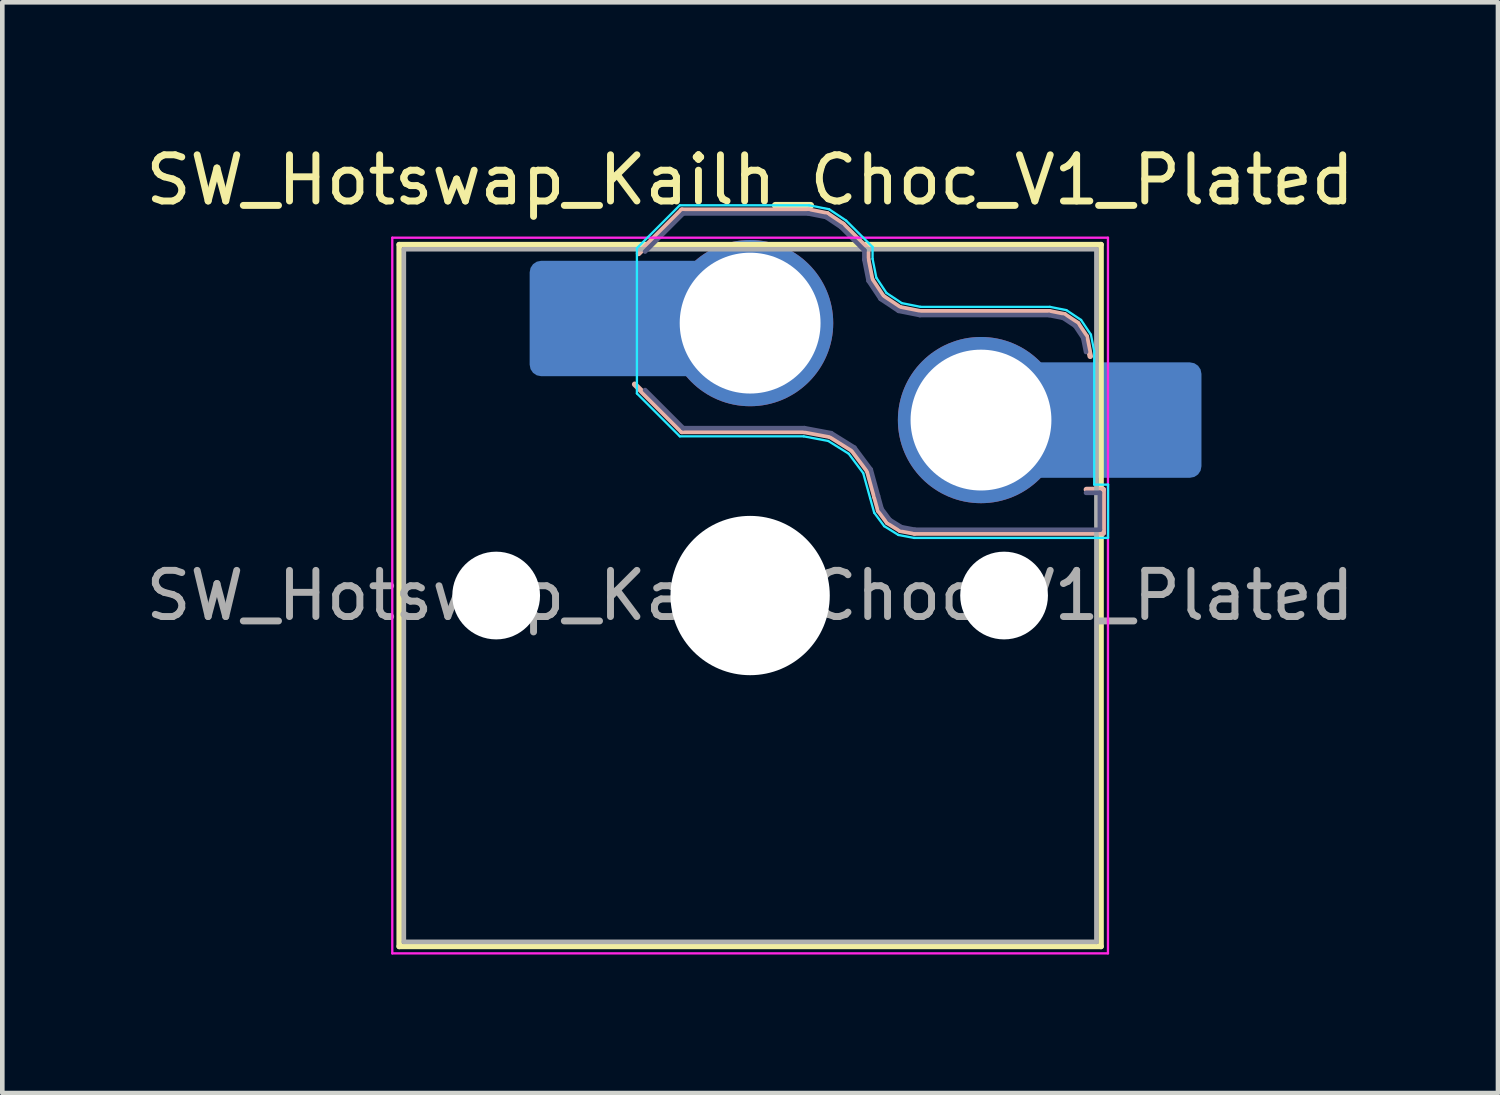
<source format=kicad_pcb>
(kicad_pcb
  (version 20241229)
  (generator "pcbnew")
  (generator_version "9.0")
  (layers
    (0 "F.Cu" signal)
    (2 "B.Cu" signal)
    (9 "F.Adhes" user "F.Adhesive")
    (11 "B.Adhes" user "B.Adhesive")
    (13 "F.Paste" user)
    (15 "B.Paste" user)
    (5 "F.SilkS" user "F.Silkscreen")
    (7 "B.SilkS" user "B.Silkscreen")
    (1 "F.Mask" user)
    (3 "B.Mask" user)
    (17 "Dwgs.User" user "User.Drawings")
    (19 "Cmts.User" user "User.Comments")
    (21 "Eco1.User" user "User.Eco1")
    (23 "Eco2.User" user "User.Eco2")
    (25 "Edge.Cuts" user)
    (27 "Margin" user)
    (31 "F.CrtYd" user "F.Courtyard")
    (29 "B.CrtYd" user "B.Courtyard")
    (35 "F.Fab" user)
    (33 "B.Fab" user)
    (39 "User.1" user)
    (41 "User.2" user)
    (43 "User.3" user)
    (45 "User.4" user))
  (footprint "SW_Hotswap_Kailh_Choc_V1_Plated"
    (layer "F.Cu")
    (at 13.196 9.848)
    (property "Reference" "SW_Hotswap_Kailh_Choc_V1_Plated" (at 0 -9 0) (layer "F.SilkS") (effects (font (size 1 1) (thickness 0.15))))
    (attr smd)
    (fp_line (start -7.6 -7.6) (end -7.6 7.6) (stroke (width 0.12) (type solid)) (layer "F.SilkS"))
    (fp_line (start -7.6 7.6) (end 7.6 7.6) (stroke (width 0.12) (type solid)) (layer "F.SilkS"))
    (fp_line (start 7.6 -7.6) (end -7.6 -7.6) (stroke (width 0.12) (type solid)) (layer "F.SilkS"))
    (fp_line (start 7.6 7.6) (end 7.6 -7.6) (stroke (width 0.12) (type solid)) (layer "F.SilkS"))
    (fp_line (start -2.416 -7.409) (end -1.479 -8.346) (stroke (width 0.12) (type solid)) (layer "B.SilkS"))
    (fp_line (start -1.479 -8.346) (end 1.268 -8.346) (stroke (width 0.12) (type solid)) (layer "B.SilkS"))
    (fp_line (start -1.479 -3.554) (end -2.5 -4.575) (stroke (width 0.12) (type solid)) (layer "B.SilkS"))
    (fp_line (start 1.168 -3.554) (end -1.479 -3.554) (stroke (width 0.12) (type solid)) (layer "B.SilkS"))
    (fp_line (start 1.268 -8.346) (end 1.671 -8.266) (stroke (width 0.12) (type solid)) (layer "B.SilkS"))
    (fp_line (start 1.671 -8.266) (end 2.013 -8.037) (stroke (width 0.12) (type solid)) (layer "B.SilkS"))
    (fp_line (start 1.73 -3.449) (end 1.168 -3.554) (stroke (width 0.12) (type solid)) (layer "B.SilkS"))
    (fp_line (start 2.013 -8.037) (end 2.546 -7.504) (stroke (width 0.12) (type solid)) (layer "B.SilkS"))
    (fp_line (start 2.209 -3.15) (end 1.73 -3.449) (stroke (width 0.12) (type solid)) (layer "B.SilkS"))
    (fp_line (start 2.546 -7.504) (end 2.546 -7.282) (stroke (width 0.12) (type solid)) (layer "B.SilkS"))
    (fp_line (start 2.546 -7.282) (end 2.633 -6.844) (stroke (width 0.12) (type solid)) (layer "B.SilkS"))
    (fp_line (start 2.547 -2.697) (end 2.209 -3.15) (stroke (width 0.12) (type solid)) (layer "B.SilkS"))
    (fp_line (start 2.633 -6.844) (end 2.877 -6.477) (stroke (width 0.12) (type solid)) (layer "B.SilkS"))
    (fp_line (start 2.701 -2.139) (end 2.547 -2.697) (stroke (width 0.12) (type solid)) (layer "B.SilkS"))
    (fp_line (start 2.783 -1.841) (end 2.701 -2.139) (stroke (width 0.12) (type solid)) (layer "B.SilkS"))
    (fp_line (start 2.877 -6.477) (end 3.244 -6.233) (stroke (width 0.12) (type solid)) (layer "B.SilkS"))
    (fp_line (start 2.976 -1.583) (end 2.783 -1.841) (stroke (width 0.12) (type solid)) (layer "B.SilkS"))
    (fp_line (start 3.244 -6.233) (end 3.682 -6.146) (stroke (width 0.12) (type solid)) (layer "B.SilkS"))
    (fp_line (start 3.25 -1.413) (end 2.976 -1.583) (stroke (width 0.12) (type solid)) (layer "B.SilkS"))
    (fp_line (start 3.56 -1.354) (end 3.25 -1.413) (stroke (width 0.12) (type solid)) (layer "B.SilkS"))
    (fp_line (start 3.682 -6.146) (end 6.482 -6.146) (stroke (width 0.12) (type solid)) (layer "B.SilkS"))
    (fp_line (start 6.482 -6.146) (end 6.809 -6.081) (stroke (width 0.12) (type solid)) (layer "B.SilkS"))
    (fp_line (start 6.809 -6.081) (end 7.092 -5.892) (stroke (width 0.12) (type solid)) (layer "B.SilkS"))
    (fp_line (start 7.092 -5.892) (end 7.281 -5.609) (stroke (width 0.12) (type solid)) (layer "B.SilkS"))
    (fp_line (start 7.281 -5.609) (end 7.366 -5.182) (stroke (width 0.12) (type solid)) (layer "B.SilkS"))
    (fp_line (start 7.283 -2.296) (end 7.646 -2.296) (stroke (width 0.12) (type solid)) (layer "B.SilkS"))
    (fp_line (start 7.646 -2.296) (end 7.646 -1.354) (stroke (width 0.12) (type solid)) (layer "B.SilkS"))
    (fp_line (start 7.646 -1.354) (end 3.56 -1.354) (stroke (width 0.12) (type solid)) (layer "B.SilkS"))
    (fp_line (start -7.25 -7.25) (end -7.25 7.25) (stroke (width 0.1) (type solid)) (layer "Eco1.User"))
    (fp_line (start -7.25 7.25) (end 7.25 7.25) (stroke (width 0.1) (type solid)) (layer "Eco1.User"))
    (fp_line (start 7.25 -7.25) (end -7.25 -7.25) (stroke (width 0.1) (type solid)) (layer "Eco1.User"))
    (fp_line (start 7.25 7.25) (end 7.25 -7.25) (stroke (width 0.1) (type solid)) (layer "Eco1.User"))
    (fp_line (start -2.452 -7.523) (end -1.523 -8.452) (stroke (width 0.05) (type solid)) (layer "B.CrtYd"))
    (fp_line (start -2.452 -4.377) (end -2.452 -7.523) (stroke (width 0.05) (type solid)) (layer "B.CrtYd"))
    (fp_line (start -1.523 -8.452) (end 1.278 -8.452) (stroke (width 0.05) (type solid)) (layer "B.CrtYd"))
    (fp_line (start -1.523 -3.448) (end -2.452 -4.377) (stroke (width 0.05) (type solid)) (layer "B.CrtYd"))
    (fp_line (start 1.159 -3.448) (end -1.523 -3.448) (stroke (width 0.05) (type solid)) (layer "B.CrtYd"))
    (fp_line (start 1.278 -8.452) (end 1.712 -8.366) (stroke (width 0.05) (type solid)) (layer "B.CrtYd"))
    (fp_line (start 1.691 -3.348) (end 1.159 -3.448) (stroke (width 0.05) (type solid)) (layer "B.CrtYd"))
    (fp_line (start 1.712 -8.366) (end 2.081 -8.119) (stroke (width 0.05) (type solid)) (layer "B.CrtYd"))
    (fp_line (start 2.081 -8.119) (end 2.652 -7.548) (stroke (width 0.05) (type solid)) (layer "B.CrtYd"))
    (fp_line (start 2.136 -3.071) (end 1.691 -3.348) (stroke (width 0.05) (type solid)) (layer "B.CrtYd"))
    (fp_line (start 2.45 -2.65) (end 2.136 -3.071) (stroke (width 0.05) (type solid)) (layer "B.CrtYd"))
    (fp_line (start 2.599 -2.111) (end 2.45 -2.65) (stroke (width 0.05) (type solid)) (layer "B.CrtYd"))
    (fp_line (start 2.652 -7.548) (end 2.652 -7.292) (stroke (width 0.05) (type solid)) (layer "B.CrtYd"))
    (fp_line (start 2.652 -7.292) (end 2.733 -6.885) (stroke (width 0.05) (type solid)) (layer "B.CrtYd"))
    (fp_line (start 2.687 -1.794) (end 2.599 -2.111) (stroke (width 0.05) (type solid)) (layer "B.CrtYd"))
    (fp_line (start 2.733 -6.885) (end 2.953 -6.553) (stroke (width 0.05) (type solid)) (layer "B.CrtYd"))
    (fp_line (start 2.903 -1.503) (end 2.687 -1.794) (stroke (width 0.05) (type solid)) (layer "B.CrtYd"))
    (fp_line (start 2.953 -6.553) (end 3.285 -6.333) (stroke (width 0.05) (type solid)) (layer "B.CrtYd"))
    (fp_line (start 3.211 -1.312) (end 2.903 -1.503) (stroke (width 0.05) (type solid)) (layer "B.CrtYd"))
    (fp_line (start 3.285 -6.333) (end 3.692 -6.252) (stroke (width 0.05) (type solid)) (layer "B.CrtYd"))
    (fp_line (start 3.55 -1.248) (end 3.211 -1.312) (stroke (width 0.05) (type solid)) (layer "B.CrtYd"))
    (fp_line (start 3.692 -6.252) (end 6.492 -6.252) (stroke (width 0.05) (type solid)) (layer "B.CrtYd"))
    (fp_line (start 6.492 -6.252) (end 6.85 -6.181) (stroke (width 0.05) (type solid)) (layer "B.CrtYd"))
    (fp_line (start 6.85 -6.181) (end 7.168 -5.968) (stroke (width 0.05) (type solid)) (layer "B.CrtYd"))
    (fp_line (start 7.168 -5.968) (end 7.381 -5.65) (stroke (width 0.05) (type solid)) (layer "B.CrtYd"))
    (fp_line (start 7.381 -5.65) (end 7.452 -5.292) (stroke (width 0.05) (type solid)) (layer "B.CrtYd"))
    (fp_line (start 7.452 -5.292) (end 7.452 -2.402) (stroke (width 0.05) (type solid)) (layer "B.CrtYd"))
    (fp_line (start 7.452 -2.402) (end 7.752 -2.402) (stroke (width 0.05) (type solid)) (layer "B.CrtYd"))
    (fp_line (start 7.752 -2.402) (end 7.752 -1.248) (stroke (width 0.05) (type solid)) (layer "B.CrtYd"))
    (fp_line (start 7.752 -1.248) (end 3.55 -1.248) (stroke (width 0.05) (type solid)) (layer "B.CrtYd"))
    (fp_line (start -7.75 -7.75) (end -7.75 7.75) (stroke (width 0.05) (type solid)) (layer "F.CrtYd"))
    (fp_line (start -7.75 7.75) (end 7.75 7.75) (stroke (width 0.05) (type solid)) (layer "F.CrtYd"))
    (fp_line (start 7.75 -7.75) (end -7.75 -7.75) (stroke (width 0.05) (type solid)) (layer "F.CrtYd"))
    (fp_line (start 7.75 7.75) (end 7.75 -7.75) (stroke (width 0.05) (type solid)) (layer "F.CrtYd"))
    (fp_line (start -2.275 -7.45) (end -1.45 -8.275) (stroke (width 0.1) (type solid)) (layer "B.Fab"))
    (fp_line (start -1.45 -8.275) (end 1.261 -8.275) (stroke (width 0.1) (type solid)) (layer "B.Fab"))
    (fp_line (start -1.45 -3.625) (end -2.275 -4.45) (stroke (width 0.1) (type solid)) (layer "B.Fab"))
    (fp_line (start 1.175 -3.625) (end -1.45 -3.625) (stroke (width 0.1) (type solid)) (layer "B.Fab"))
    (fp_line (start 1.261 -8.275) (end 1.643 -8.199) (stroke (width 0.1) (type solid)) (layer "B.Fab"))
    (fp_line (start 1.643 -8.199) (end 1.968 -7.982) (stroke (width 0.1) (type solid)) (layer "B.Fab"))
    (fp_line (start 1.756 -3.516) (end 1.175 -3.625) (stroke (width 0.1) (type solid)) (layer "B.Fab"))
    (fp_line (start 1.968 -7.982) (end 2.475 -7.475) (stroke (width 0.1) (type solid)) (layer "B.Fab"))
    (fp_line (start 2.258 -3.203) (end 1.756 -3.516) (stroke (width 0.1) (type solid)) (layer "B.Fab"))
    (fp_line (start 2.475 -7.475) (end 2.475 -7.275) (stroke (width 0.1) (type solid)) (layer "B.Fab"))
    (fp_line (start 2.475 -7.275) (end 2.566 -6.816) (stroke (width 0.1) (type solid)) (layer "B.Fab"))
    (fp_line (start 2.566 -6.816) (end 2.826 -6.426) (stroke (width 0.1) (type solid)) (layer "B.Fab"))
    (fp_line (start 2.612 -2.729) (end 2.258 -3.203) (stroke (width 0.1) (type solid)) (layer "B.Fab"))
    (fp_line (start 2.769 -2.158) (end 2.612 -2.729) (stroke (width 0.1) (type solid)) (layer "B.Fab"))
    (fp_line (start 2.826 -6.426) (end 3.216 -6.166) (stroke (width 0.1) (type solid)) (layer "B.Fab"))
    (fp_line (start 2.848 -1.873) (end 2.769 -2.158) (stroke (width 0.1) (type solid)) (layer "B.Fab"))
    (fp_line (start 3.025 -1.636) (end 2.848 -1.873) (stroke (width 0.1) (type solid)) (layer "B.Fab"))
    (fp_line (start 3.216 -6.166) (end 3.675 -6.075) (stroke (width 0.1) (type solid)) (layer "B.Fab"))
    (fp_line (start 3.276 -1.48) (end 3.025 -1.636) (stroke (width 0.1) (type solid)) (layer "B.Fab"))
    (fp_line (start 3.567 -1.425) (end 3.276 -1.48) (stroke (width 0.1) (type solid)) (layer "B.Fab"))
    (fp_line (start 3.675 -6.075) (end 6.475 -6.075) (stroke (width 0.1) (type solid)) (layer "B.Fab"))
    (fp_line (start 6.475 -6.075) (end 6.781 -6.014) (stroke (width 0.1) (type solid)) (layer "B.Fab"))
    (fp_line (start 6.781 -6.014) (end 7.041 -5.841) (stroke (width 0.1) (type solid)) (layer "B.Fab"))
    (fp_line (start 7.041 -5.841) (end 7.214 -5.581) (stroke (width 0.1) (type solid)) (layer "B.Fab"))
    (fp_line (start 7.214 -5.581) (end 7.275 -5.275) (stroke (width 0.1) (type solid)) (layer "B.Fab"))
    (fp_line (start 7.275 -2.225) (end 7.575 -2.225) (stroke (width 0.1) (type solid)) (layer "B.Fab"))
    (fp_line (start 7.575 -2.225) (end 7.575 -1.425) (stroke (width 0.1) (type solid)) (layer "B.Fab"))
    (fp_line (start 7.575 -1.425) (end 3.567 -1.425) (stroke (width 0.1) (type solid)) (layer "B.Fab"))
    (fp_line (start -7.5 -7.5) (end -7.5 7.5) (stroke (width 0.1) (type solid)) (layer "F.Fab"))
    (fp_line (start -7.5 7.5) (end 7.5 7.5) (stroke (width 0.1) (type solid)) (layer "F.Fab"))
    (fp_line (start 7.5 -7.5) (end -7.5 -7.5) (stroke (width 0.1) (type solid)) (layer "F.Fab"))
    (fp_line (start 7.5 7.5) (end 7.5 -7.5) (stroke (width 0.1) (type solid)) (layer "F.Fab"))
    (fp_text user "${REFERENCE}" (at 0 0 0) (layer "F.Fab") (effects (font (size 1 1) (thickness 0.15))))
    (pad "" np_thru_hole circle (at -5.5 0) (size 1.9 1.9) (drill 1.9) (layers "*.Cu" "*.Mask"))
    (pad "" smd roundrect (at -3.5 -6) (size 2.55 2.5) (layers "B.Mask" "B.Paste") (roundrect_rratio 0.1))
    (pad "" np_thru_hole circle (at 0 0) (size 3.45 3.45) (drill 3.45) (layers "*.Cu" "*.Mask"))
    (pad "" np_thru_hole circle (at 5.5 0) (size 1.9 1.9) (drill 1.9) (layers "*.Cu" "*.Mask"))
    (pad "" smd roundrect (at 8.5 -3.8) (size 2.55 2.5) (layers "B.Mask" "B.Paste") (roundrect_rratio 0.1))
    (pad "1" smd roundrect (at -2.85 -6) (size 3.85 2.5) (layers "B.Cu") (roundrect_rratio 0.1))
    (pad "1" thru_hole circle (at 0 -5.9) (size 3.6 3.6) (drill 3.05) (layers "*.Cu" "*.Mask"))
    (pad "2" thru_hole circle (at 5 -3.8) (size 3.6 3.6) (drill 3.05) (layers "*.Cu" "*.Mask"))
    (pad "2" smd roundrect (at 7.85 -3.8) (size 3.85 2.5) (layers "B.Cu") (roundrect_rratio 0.1)))
  (gr_rect
    (start -3 -3)
    (end 29.393 20.623)
    (stroke (width 0.1) (type default))
    (fill no)
    (layer "Edge.Cuts")))
</source>
